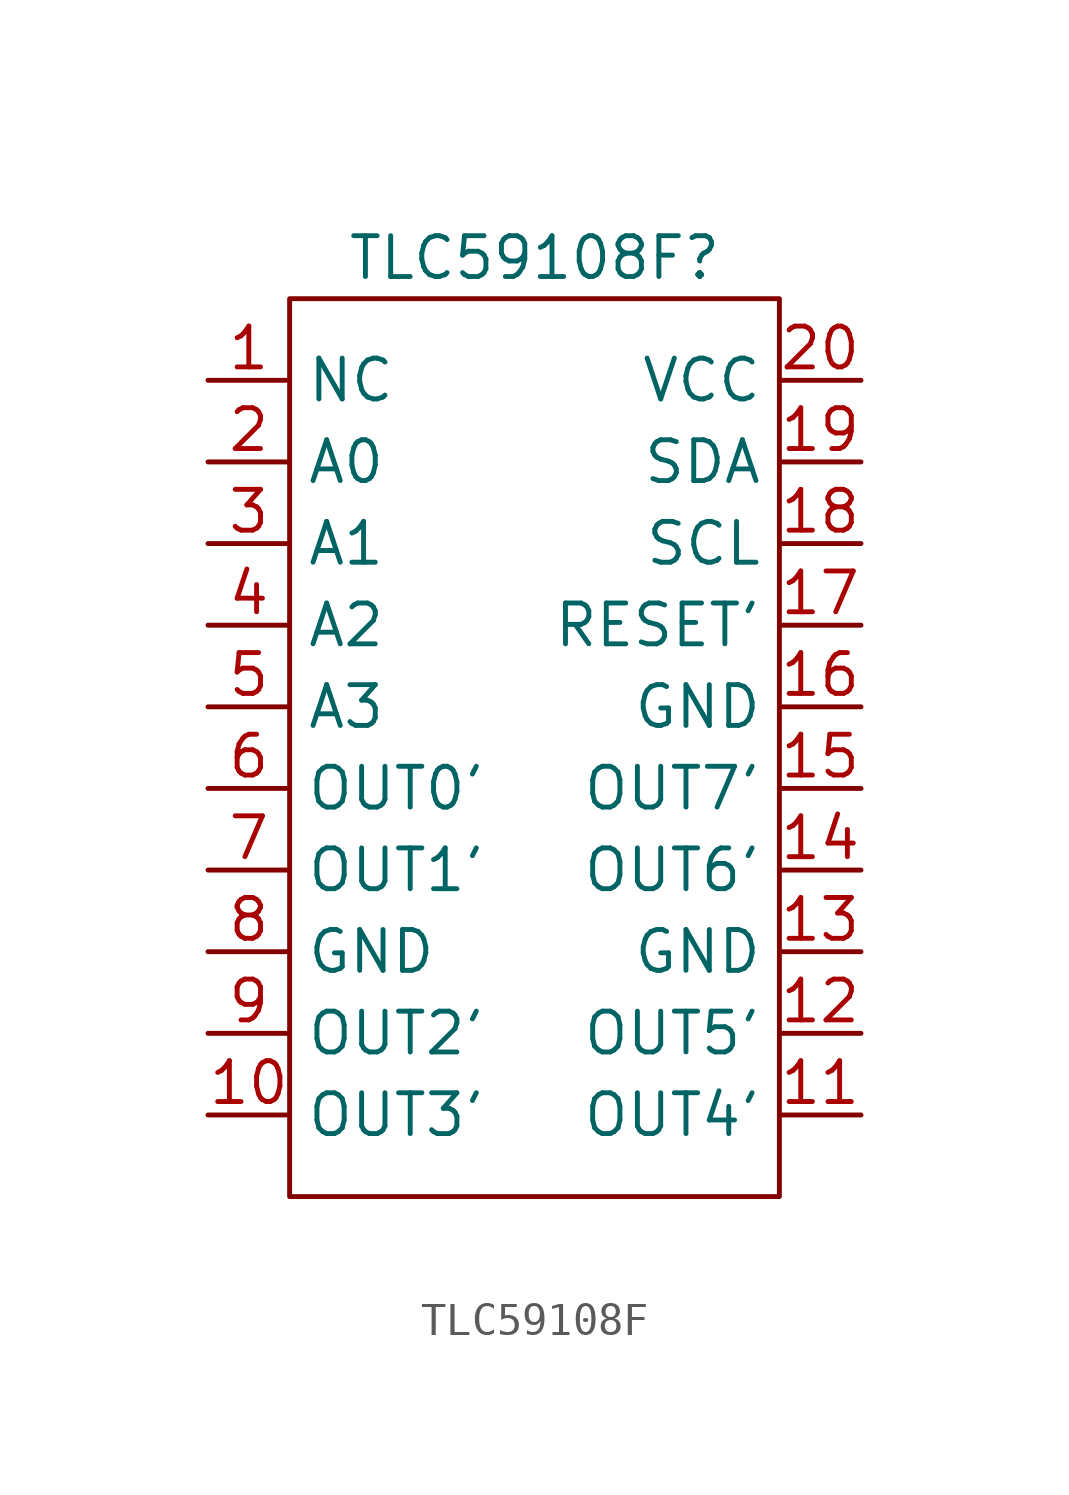
<source format=kicad_sym>
(kicad_symbol_lib
  (version 20231120)
  (generator "kicad_symbol_editor")
  (generator_version "8.0")
  (symbol "TLC59108F"
    (property "Reference" "TLC59108F"
      (at 0 15.24 0)
      (effects (font (size 1.27 1.27))))
    (property "Value" ""
      (at -2.54 -5.08 0)
      (effects (font (size 1.27 1.27))))
    (symbol "TLC59108F_0_1"
      (rectangle (start -7.62 13.97) (end 7.62 -13.97) (stroke (width 0) (type default)) (fill (type none))))
    (symbol "TLC59108F_1_1"
      (pin passive line (at -10.16 11.43 0) (length 2.54) (name "NC" (effects (font (size 1.27 1.27)))) (number "1" (effects (font (size 1.27 1.27)))))
      (pin output line (at -10.16 -11.43 0) (length 2.54) (name "OUT3'" (effects (font (size 1.27 1.27)))) (number "10" (effects (font (size 1.27 1.27)))))
      (pin output line (at 10.16 -11.43 180) (length 2.54) (name "OUT4'" (effects (font (size 1.27 1.27)))) (number "11" (effects (font (size 1.27 1.27)))))
      (pin output line (at 10.16 -8.89 180) (length 2.54) (name "OUT5'" (effects (font (size 1.27 1.27)))) (number "12" (effects (font (size 1.27 1.27)))))
      (pin input line (at 10.16 -6.35 180) (length 2.54) (name "GND" (effects (font (size 1.27 1.27)))) (number "13" (effects (font (size 1.27 1.27)))))
      (pin output line (at 10.16 -3.81 180) (length 2.54) (name "OUT6'" (effects (font (size 1.27 1.27)))) (number "14" (effects (font (size 1.27 1.27)))))
      (pin output line (at 10.16 -1.27 180) (length 2.54) (name "OUT7'" (effects (font (size 1.27 1.27)))) (number "15" (effects (font (size 1.27 1.27)))))
      (pin input line (at 10.16 1.27 180) (length 2.54) (name "GND" (effects (font (size 1.27 1.27)))) (number "16" (effects (font (size 1.27 1.27)))))
      (pin input line (at 10.16 3.81 180) (length 2.54) (name "RESET'" (effects (font (size 1.27 1.27)))) (number "17" (effects (font (size 1.27 1.27)))))
      (pin input line (at 10.16 6.35 180) (length 2.54) (name "SCL" (effects (font (size 1.27 1.27)))) (number "18" (effects (font (size 1.27 1.27)))))
      (pin input line (at 10.16 8.89 180) (length 2.54) (name "SDA" (effects (font (size 1.27 1.27)))) (number "19" (effects (font (size 1.27 1.27)))))
      (pin input line (at -10.16 8.89 0) (length 2.54) (name "A0" (effects (font (size 1.27 1.27)))) (number "2" (effects (font (size 1.27 1.27)))))
      (pin input line (at 10.16 11.43 180) (length 2.54) (name "VCC" (effects (font (size 1.27 1.27)))) (number "20" (effects (font (size 1.27 1.27)))))
      (pin input line (at -10.16 6.35 0) (length 2.54) (name "A1" (effects (font (size 1.27 1.27)))) (number "3" (effects (font (size 1.27 1.27)))))
      (pin input line (at -10.16 3.81 0) (length 2.54) (name "A2" (effects (font (size 1.27 1.27)))) (number "4" (effects (font (size 1.27 1.27)))))
      (pin input line (at -10.16 1.27 0) (length 2.54) (name "A3" (effects (font (size 1.27 1.27)))) (number "5" (effects (font (size 1.27 1.27)))))
      (pin output line (at -10.16 -1.27 0) (length 2.54) (name "OUT0'" (effects (font (size 1.27 1.27)))) (number "6" (effects (font (size 1.27 1.27)))))
      (pin output line (at -10.16 -3.81 0) (length 2.54) (name "OUT1'" (effects (font (size 1.27 1.27)))) (number "7" (effects (font (size 1.27 1.27)))))
      (pin input line (at -10.16 -6.35 0) (length 2.54) (name "GND" (effects (font (size 1.27 1.27)))) (number "8" (effects (font (size 1.27 1.27)))))
      (pin output line (at -10.16 -8.89 0) (length 2.54) (name "OUT2'" (effects (font (size 1.27 1.27)))) (number "9" (effects (font (size 1.27 1.27))))))))
</source>
